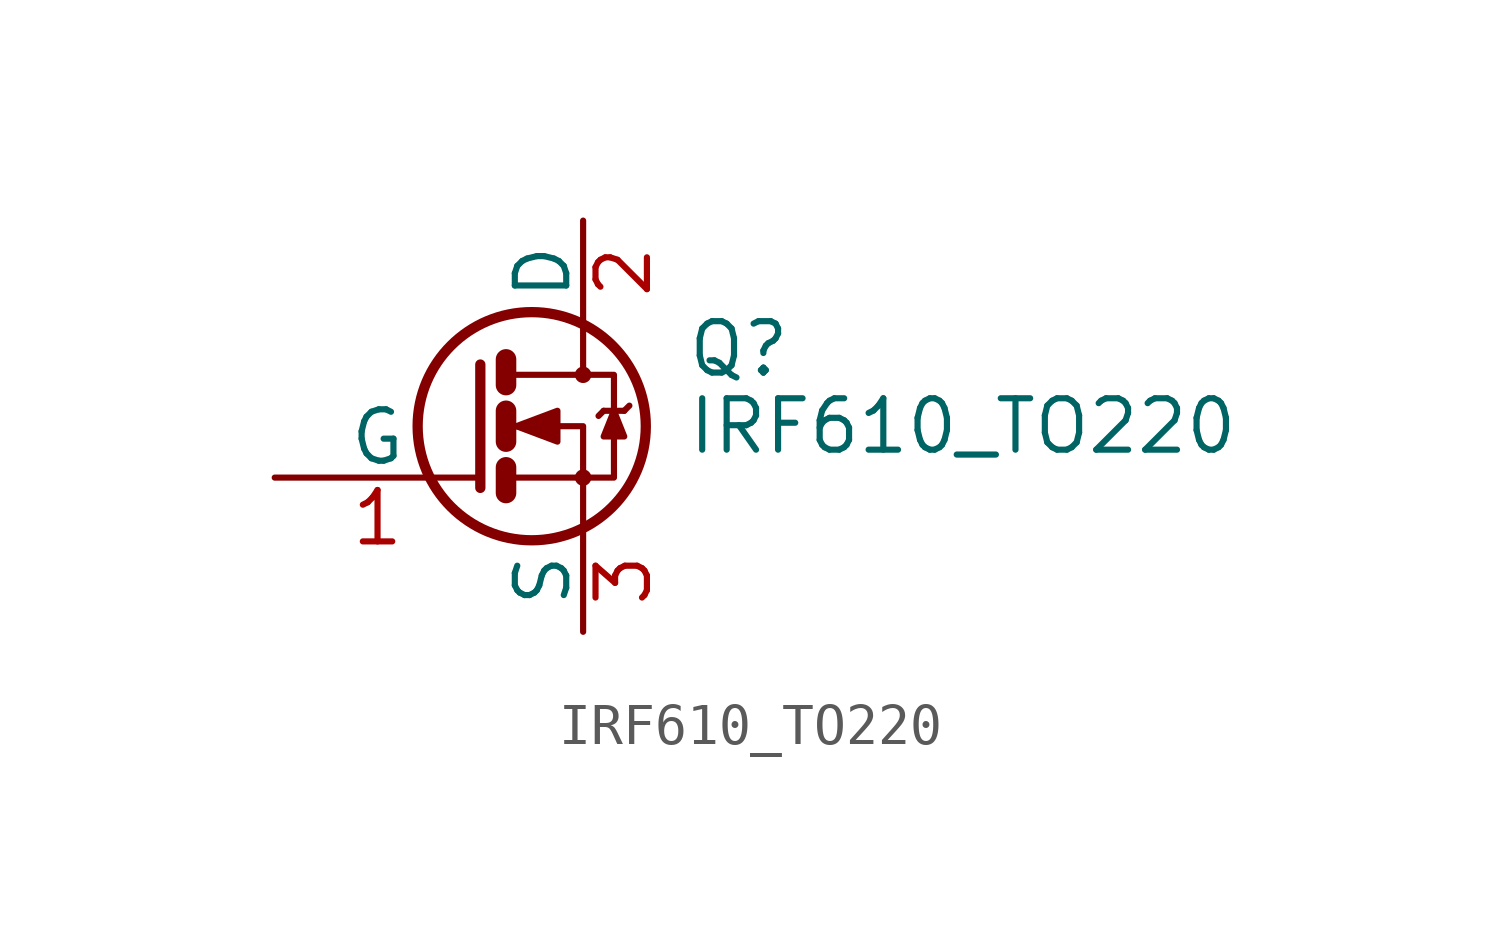
<source format=kicad_sym>
(kicad_symbol_lib
  (version 20211014)
  (generator kicad_symbol_editor)
  (symbol "IRF610_TO220"
    (pin_names
      (offset 0))
    (property "Reference" "Q"
      (at 5.08 1.905 0)
      (effects (font (size 1.27 1.27)) (justify left)))
    (property "Value" "IRF610_TO220"
      (at 5.08 0 0)
      (effects (font (size 1.27 1.27)) (justify left)))
    (symbol "IRF610_TO220_0_1"
      (polyline (pts (xy 0.635 -1.016) (xy 0.635 -1.651)) (stroke (width 0.508) (type default) (color 0 0 0 0)) (fill (type none)))
      (polyline (pts (xy 0.635 0.381) (xy 0.635 -0.381)) (stroke (width 0.508) (type default) (color 0 0 0 0)) (fill (type none)))
      (polyline (pts (xy 0.635 1.651) (xy 0.635 1.016)) (stroke (width 0.508) (type default) (color 0 0 0 0)) (fill (type none)))
      (polyline (pts (xy 3.048 0.381) (xy 2.921 0.254)) (stroke (width 0) (type default) (color 0 0 0 0)) (fill (type none)))
      (polyline (pts (xy 3.048 0.381) (xy 3.556 0.381)) (stroke (width 0) (type default) (color 0 0 0 0)) (fill (type none)))
      (polyline (pts (xy 3.556 0.381) (xy 3.683 0.508)) (stroke (width 0) (type default) (color 0 0 0 0)) (fill (type none)))
      (polyline (pts (xy 0 1.524) (xy 0 -1.524) (xy 0 -1.524)) (stroke (width 0.254) (type default) (color 0 0 0 0)) (fill (type none)))
      (polyline (pts (xy 0.762 -1.27) (xy 2.54 -1.27) (xy 2.54 -2.54) (xy 2.54 -2.54)) (stroke (width 0) (type default) (color 0 0 0 0)) (fill (type none)))
      (polyline (pts (xy 0.762 1.27) (xy 2.54 1.27) (xy 2.54 2.54) (xy 2.54 2.54)) (stroke (width 0) (type default) (color 0 0 0 0)) (fill (type none)))
      (polyline (pts (xy 2.54 1.27) (xy 3.302 1.27) (xy 3.302 -1.27) (xy 2.54 -1.27)) (stroke (width 0) (type default) (color 0 0 0 0)) (fill (type none)))
      (polyline (pts (xy 3.302 0.381) (xy 3.048 -0.254) (xy 3.556 -0.254) (xy 3.302 0.381)) (stroke (width 0) (type default) (color 0 0 0 0)) (fill (type outline)))
      (polyline (pts (xy 0.762 0) (xy 1.27 0) (xy 2.54 0) (xy 2.54 -1.27) (xy 2.54 -1.27)) (stroke (width 0) (type default) (color 0 0 0 0)) (fill (type none)))
      (polyline (pts (xy 0.889 0) (xy 1.905 0.381) (xy 1.905 -0.381) (xy 0.889 0) (xy 1.016 0) (xy 1.016 0)) (stroke (width 0) (type default) (color 0 0 0 0)) (fill (type outline)))
      (circle (center 1.27 0) (radius 2.819) (stroke (width 0.254) (type default) (color 0 0 0 0)) (fill (type none)))
      (circle (center 2.54 -1.27) (radius 0.127) (stroke (width 0) (type default) (color 0 0 0 0)) (fill (type none)))
      (circle (center 2.54 1.27) (radius 0.127) (stroke (width 0) (type default) (color 0 0 0 0)) (fill (type none))))
    (symbol "IRF610_TO220_1_1"
      (pin input line (at -5.08 -1.27 0) (length 5.08) (name "G" (effects (font (size 1.27 1.27)))) (number "1" (effects (font (size 1.27 1.27)))))
      (pin passive line (at 2.54 5.08 270) (length 2.54) (name "D" (effects (font (size 1.27 1.27)))) (number "2" (effects (font (size 1.27 1.27)))))
      (pin passive line (at 2.54 -5.08 90) (length 2.54) (name "S" (effects (font (size 1.27 1.27)))) (number "3" (effects (font (size 1.27 1.27))))))))
</source>
